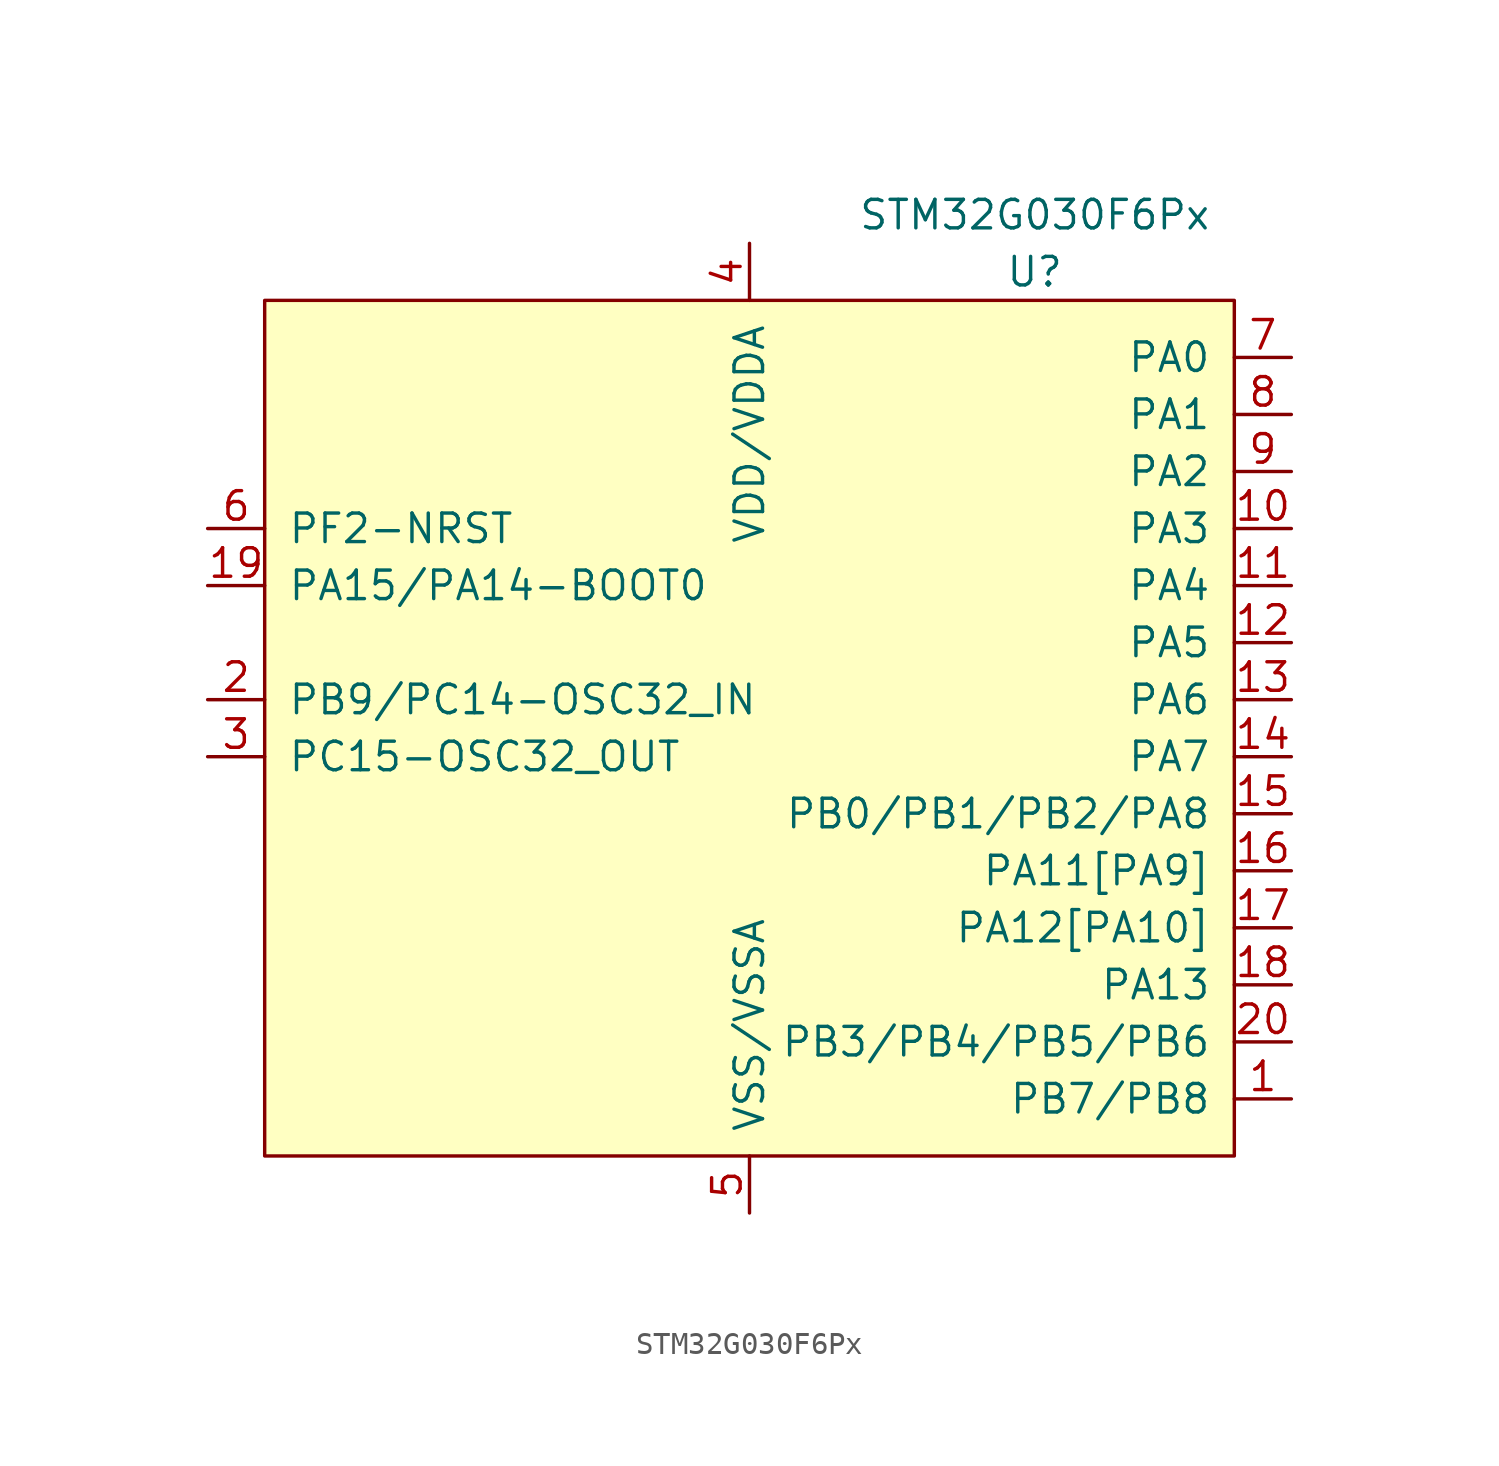
<source format=kicad_sym>
(kicad_symbol_lib
  (version 20211014)
  (generator kicad_symbol_editor)
  (symbol "STM32G030F6Px"
    (pin_names
      (offset 1.016))
    (property "Reference" "U"
      (at 12.7 20.32 0)
      (effects (font (size 1.27 1.27))))
    (property "Value" "STM32G030F6Px"
      (at 12.7 22.86 0)
      (effects (font (size 1.27 1.27))))
    (symbol "STM32G030F6Px_1_1"
      (rectangle (start 21.59 19.05) (end -21.59 -19.05) (stroke (width 0) (type default) (color 0 0 0 0)) (fill (type background)))
      (pin bidirectional line (at 24.13 -16.51 180) (length 2.54) (name "PB7/PB8" (effects (font (size 1.27 1.27)))) (number "1" (effects (font (size 1.27 1.27)))))
      (pin bidirectional line (at 24.13 8.89 180) (length 2.54) (name "PA3" (effects (font (size 1.27 1.27)))) (number "10" (effects (font (size 1.27 1.27)))))
      (pin bidirectional line (at 24.13 6.35 180) (length 2.54) (name "PA4" (effects (font (size 1.27 1.27)))) (number "11" (effects (font (size 1.27 1.27)))))
      (pin bidirectional line (at 24.13 3.81 180) (length 2.54) (name "PA5" (effects (font (size 1.27 1.27)))) (number "12" (effects (font (size 1.27 1.27)))))
      (pin bidirectional line (at 24.13 1.27 180) (length 2.54) (name "PA6" (effects (font (size 1.27 1.27)))) (number "13" (effects (font (size 1.27 1.27)))))
      (pin bidirectional line (at 24.13 -1.27 180) (length 2.54) (name "PA7" (effects (font (size 1.27 1.27)))) (number "14" (effects (font (size 1.27 1.27)))))
      (pin bidirectional line (at 24.13 -3.81 180) (length 2.54) (name "PB0/PB1/PB2/PA8" (effects (font (size 1.27 1.27)))) (number "15" (effects (font (size 1.27 1.27)))))
      (pin bidirectional line (at 24.13 -6.35 180) (length 2.54) (name "PA11[PA9]" (effects (font (size 1.27 1.27)))) (number "16" (effects (font (size 1.27 1.27)))))
      (pin bidirectional line (at 24.13 -8.89 180) (length 2.54) (name "PA12[PA10]" (effects (font (size 1.27 1.27)))) (number "17" (effects (font (size 1.27 1.27)))))
      (pin bidirectional line (at 24.13 -11.43 180) (length 2.54) (name "PA13" (effects (font (size 1.27 1.27)))) (number "18" (effects (font (size 1.27 1.27)))))
      (pin bidirectional line (at -24.13 6.35 0) (length 2.54) (name "PA15/PA14-BOOT0" (effects (font (size 1.27 1.27)))) (number "19" (effects (font (size 1.27 1.27)))))
      (pin bidirectional line (at -24.13 1.27 0) (length 2.54) (name "PB9/PC14-OSC32_IN" (effects (font (size 1.27 1.27)))) (number "2" (effects (font (size 1.27 1.27)))))
      (pin bidirectional line (at 24.13 -13.97 180) (length 2.54) (name "PB3/PB4/PB5/PB6" (effects (font (size 1.27 1.27)))) (number "20" (effects (font (size 1.27 1.27)))))
      (pin bidirectional line (at -24.13 -1.27 0) (length 2.54) (name "PC15-OSC32_OUT" (effects (font (size 1.27 1.27)))) (number "3" (effects (font (size 1.27 1.27)))))
      (pin power_in line (at 0 21.59 270) (length 2.54) (name "VDD/VDDA" (effects (font (size 1.27 1.27)))) (number "4" (effects (font (size 1.27 1.27)))))
      (pin power_in line (at 0 -21.59 90) (length 2.54) (name "VSS/VSSA" (effects (font (size 1.27 1.27)))) (number "5" (effects (font (size 1.27 1.27)))))
      (pin bidirectional line (at -24.13 8.89 0) (length 2.54) (name "PF2-NRST" (effects (font (size 1.27 1.27)))) (number "6" (effects (font (size 1.27 1.27)))))
      (pin bidirectional line (at 24.13 16.51 180) (length 2.54) (name "PA0" (effects (font (size 1.27 1.27)))) (number "7" (effects (font (size 1.27 1.27)))))
      (pin bidirectional line (at 24.13 13.97 180) (length 2.54) (name "PA1" (effects (font (size 1.27 1.27)))) (number "8" (effects (font (size 1.27 1.27)))))
      (pin bidirectional line (at 24.13 11.43 180) (length 2.54) (name "PA2" (effects (font (size 1.27 1.27)))) (number "9" (effects (font (size 1.27 1.27))))))))
</source>
